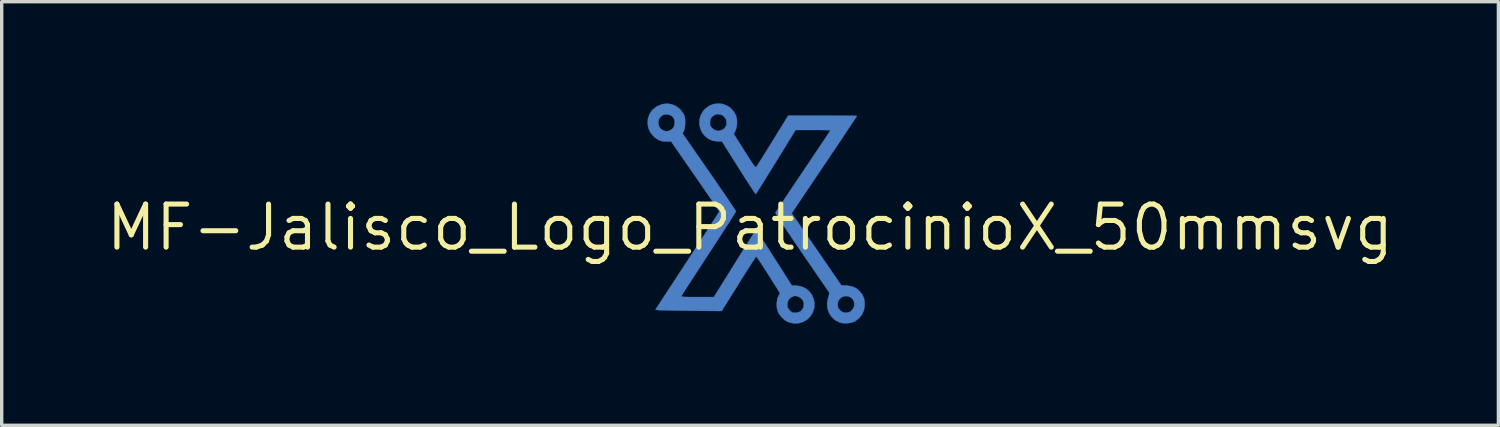
<source format=kicad_pcb>
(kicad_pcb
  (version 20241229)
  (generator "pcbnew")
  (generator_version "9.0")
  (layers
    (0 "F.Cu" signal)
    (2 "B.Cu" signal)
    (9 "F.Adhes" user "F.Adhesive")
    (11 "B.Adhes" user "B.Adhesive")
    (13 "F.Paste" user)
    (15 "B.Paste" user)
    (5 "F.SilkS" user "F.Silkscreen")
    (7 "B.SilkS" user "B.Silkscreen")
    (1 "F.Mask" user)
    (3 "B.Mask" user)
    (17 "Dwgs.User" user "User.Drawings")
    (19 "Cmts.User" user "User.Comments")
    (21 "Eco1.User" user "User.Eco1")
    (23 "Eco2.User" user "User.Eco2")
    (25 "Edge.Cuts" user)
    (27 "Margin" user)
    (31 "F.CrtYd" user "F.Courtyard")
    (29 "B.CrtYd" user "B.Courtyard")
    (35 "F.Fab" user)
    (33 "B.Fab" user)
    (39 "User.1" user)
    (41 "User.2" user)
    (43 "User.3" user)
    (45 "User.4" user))
  (footprint "MF-Jalisco_Logo_PatrocinioX_50mmsvg"
    (layer "F.Cu")
    (at 19.088 3.664)
    (property "Reference" "MF-Jalisco_Logo_PatrocinioX_50mmsvg" (at 0 0 0) (layer "F.SilkS") (effects (font (size 1.27 1.27) (thickness 0.15))))
    (attr through_hole)
    (fp_poly (pts (xy -2.304 -3.634) (xy -2.173 -3.575) (xy -2.058 -3.482) (xy -1.974 -3.369) (xy -1.943 -3.311) (xy -1.926 -3.257) (xy -1.917 -3.191) (xy -1.916 -3.101) (xy -1.92 -2.987) (xy -1.935 -2.903) (xy -1.954 -2.854) (xy -1.993 -2.776) (xy -1.205 -1.639) (xy -1.069 -1.443) (xy -0.941 -1.257) (xy -0.822 -1.084) (xy -0.714 -0.926) (xy -0.62 -0.788) (xy -0.541 -0.671) (xy -0.48 -0.579) (xy -0.438 -0.514) (xy -0.418 -0.481) (xy -0.416 -0.477) (xy -0.428 -0.455) (xy -0.46 -0.401) (xy -0.512 -0.317) (xy -0.582 -0.207) (xy -0.668 -0.074) (xy -0.767 0.081) (xy -0.879 0.253) (xy -1 0.44) (xy -1.13 0.639) (xy -1.213 0.766) (xy -1.347 0.971) (xy -1.475 1.167) (xy -1.593 1.349) (xy -1.702 1.516) (xy -1.797 1.664) (xy -1.879 1.79) (xy -1.944 1.891) (xy -1.991 1.965) (xy -2.018 2.008) (xy -2.023 2.018) (xy -2.024 2.03) (xy -2.015 2.038) (xy -1.99 2.044) (xy -1.944 2.049) (xy -1.874 2.051) (xy -1.773 2.053) (xy -1.638 2.053) (xy -1.552 2.053) (xy -1.068 2.053) (xy -0.471 1.095) (xy -0.357 0.912) (xy -0.249 0.739) (xy -0.149 0.579) (xy -0.06 0.436) (xy 0.017 0.314) (xy 0.079 0.216) (xy 0.123 0.145) (xy 0.149 0.106) (xy 0.154 0.099) (xy 0.162 0.092) (xy 0.174 0.095) (xy 0.191 0.108) (xy 0.216 0.137) (xy 0.25 0.182) (xy 0.296 0.248) (xy 0.355 0.337) (xy 0.429 0.451) (xy 0.521 0.594) (xy 0.632 0.768) (xy 0.708 0.887) (xy 1.234 1.714) (xy 1.352 1.715) (xy 1.5 1.735) (xy 1.632 1.792) (xy 1.743 1.88) (xy 1.829 1.994) (xy 1.883 2.131) (xy 1.899 2.223) (xy 1.894 2.371) (xy 1.852 2.506) (xy 1.779 2.623) (xy 1.682 2.718) (xy 1.564 2.788) (xy 1.432 2.827) (xy 1.29 2.833) (xy 1.15 2.802) (xy 1.039 2.744) (xy 0.937 2.656) (xy 0.855 2.551) (xy 0.826 2.495) (xy 0.792 2.371) (xy 0.788 2.287) (xy 1.101 2.287) (xy 1.107 2.35) (xy 1.132 2.4) (xy 1.175 2.45) (xy 1.223 2.493) (xy 1.262 2.514) (xy 1.313 2.517) (xy 1.359 2.514) (xy 1.435 2.501) (xy 1.487 2.475) (xy 1.528 2.437) (xy 1.576 2.355) (xy 1.589 2.262) (xy 1.568 2.172) (xy 1.542 2.128) (xy 1.483 2.073) (xy 1.41 2.035) (xy 1.338 2.019) (xy 1.305 2.022) (xy 1.204 2.064) (xy 1.139 2.128) (xy 1.106 2.217) (xy 1.101 2.287) (xy 0.788 2.287) (xy 0.786 2.236) (xy 0.806 2.105) (xy 0.839 2.021) (xy 0.883 1.936) (xy 0.542 1.398) (xy 0.456 1.264) (xy 0.377 1.141) (xy 0.307 1.035) (xy 0.25 0.95) (xy 0.209 0.891) (xy 0.186 0.862) (xy 0.183 0.859) (xy 0.168 0.876) (xy 0.134 0.926) (xy 0.082 1.004) (xy 0.014 1.107) (xy -0.066 1.232) (xy -0.157 1.376) (xy -0.256 1.533) (xy -0.336 1.662) (xy -0.838 2.466) (xy -1.754 2.458) (xy -1.949 2.456) (xy -2.133 2.453) (xy -2.301 2.45) (xy -2.448 2.447) (xy -2.569 2.444) (xy -2.66 2.441) (xy -2.716 2.438) (xy -2.731 2.436) (xy -2.792 2.424) (xy -1.851 0.985) (xy -1.706 0.762) (xy -1.567 0.55) (xy -1.437 0.35) (xy -1.317 0.166) (xy -1.21 -0.001) (xy -1.116 -0.146) (xy -1.037 -0.268) (xy -0.976 -0.364) (xy -0.934 -0.431) (xy -0.913 -0.466) (xy -0.91 -0.471) (xy -0.922 -0.491) (xy -0.956 -0.543) (xy -1.009 -0.623) (xy -1.081 -0.729) (xy -1.168 -0.857) (xy -1.269 -1.004) (xy -1.382 -1.168) (xy -1.503 -1.345) (xy -1.619 -1.512) (xy -2.328 -2.535) (xy -2.463 -2.536) (xy -2.593 -2.547) (xy -2.702 -2.584) (xy -2.804 -2.652) (xy -2.836 -2.679) (xy -2.935 -2.794) (xy -2.997 -2.923) (xy -3.021 -3.049) (xy -3.02 -3.089) (xy -2.71 -3.089) (xy -2.694 -3.002) (xy -2.649 -2.925) (xy -2.578 -2.872) (xy -2.503 -2.843) (xy -2.438 -2.841) (xy -2.364 -2.865) (xy -2.284 -2.919) (xy -2.237 -3) (xy -2.223 -3.095) (xy -2.238 -3.195) (xy -2.287 -3.269) (xy -2.35 -3.313) (xy -2.447 -3.342) (xy -2.545 -3.329) (xy -2.58 -3.314) (xy -2.653 -3.255) (xy -2.696 -3.177) (xy -2.71 -3.089) (xy -3.02 -3.089) (xy -3.016 -3.202) (xy -2.971 -3.341) (xy -2.89 -3.462) (xy -2.774 -3.56) (xy -2.733 -3.584) (xy -2.59 -3.64) (xy -2.445 -3.656) (xy -2.304 -3.634)) (stroke (width 0.01) (type solid)) (fill yes) (layer "B.Cu"))
    (fp_poly (pts (xy -0.813 -3.645) (xy -0.685 -3.599) (xy -0.57 -3.522) (xy -0.475 -3.415) (xy -0.413 -3.296) (xy -0.387 -3.183) (xy -0.385 -3.055) (xy -0.405 -2.931) (xy -0.437 -2.846) (xy -0.481 -2.762) (xy -0.164 -2.258) (xy -0.067 -2.106) (xy 0.009 -1.987) (xy 0.068 -1.899) (xy 0.112 -1.837) (xy 0.144 -1.799) (xy 0.165 -1.781) (xy 0.178 -1.78) (xy 0.179 -1.782) (xy 0.196 -1.805) (xy 0.232 -1.861) (xy 0.285 -1.945) (xy 0.353 -2.053) (xy 0.433 -2.181) (xy 0.523 -2.326) (xy 0.621 -2.483) (xy 0.665 -2.556) (xy 1.126 -3.302) (xy 2.14 -3.302) (xy 2.342 -3.302) (xy 2.532 -3.301) (xy 2.703 -3.3) (xy 2.853 -3.299) (xy 2.977 -3.297) (xy 3.071 -3.295) (xy 3.132 -3.293) (xy 3.154 -3.291) (xy 3.154 -3.291) (xy 3.142 -3.272) (xy 3.109 -3.221) (xy 3.055 -3.14) (xy 2.983 -3.032) (xy 2.895 -2.899) (xy 2.791 -2.744) (xy 2.675 -2.569) (xy 2.547 -2.378) (xy 2.409 -2.173) (xy 2.264 -1.957) (xy 2.191 -1.85) (xy 1.229 -0.419) (xy 1.363 -0.225) (xy 1.403 -0.169) (xy 1.463 -0.081) (xy 1.541 0.032) (xy 1.634 0.167) (xy 1.739 0.32) (xy 1.853 0.485) (xy 1.973 0.659) (xy 2.095 0.836) (xy 2.691 1.704) (xy 2.854 1.717) (xy 2.979 1.733) (xy 3.077 1.764) (xy 3.161 1.815) (xy 3.23 1.877) (xy 3.317 1.986) (xy 3.368 2.107) (xy 3.386 2.249) (xy 3.386 2.265) (xy 3.366 2.421) (xy 3.31 2.56) (xy 3.22 2.677) (xy 3.098 2.768) (xy 3.08 2.777) (xy 2.987 2.81) (xy 2.873 2.827) (xy 2.757 2.827) (xy 2.663 2.81) (xy 2.525 2.743) (xy 2.415 2.648) (xy 2.334 2.53) (xy 2.286 2.395) (xy 2.274 2.248) (xy 2.276 2.235) (xy 2.587 2.235) (xy 2.591 2.331) (xy 2.614 2.392) (xy 2.673 2.463) (xy 2.753 2.506) (xy 2.843 2.518) (xy 2.931 2.497) (xy 2.981 2.465) (xy 3.046 2.388) (xy 3.076 2.304) (xy 3.075 2.219) (xy 3.045 2.142) (xy 2.992 2.078) (xy 2.918 2.037) (xy 2.828 2.024) (xy 2.763 2.034) (xy 2.677 2.078) (xy 2.616 2.148) (xy 2.587 2.235) (xy 2.276 2.235) (xy 2.3 2.097) (xy 2.306 2.079) (xy 2.326 2.007) (xy 2.337 1.949) (xy 2.336 1.92) (xy 2.321 1.898) (xy 2.285 1.845) (xy 2.229 1.763) (xy 2.155 1.655) (xy 2.065 1.523) (xy 1.961 1.372) (xy 1.845 1.203) (xy 1.72 1.021) (xy 1.586 0.827) (xy 1.529 0.744) (xy 1.389 0.539) (xy 1.258 0.346) (xy 1.138 0.169) (xy 1.03 0.008) (xy 0.938 -0.132) (xy 0.862 -0.248) (xy 0.804 -0.339) (xy 0.766 -0.402) (xy 0.75 -0.433) (xy 0.749 -0.436) (xy 0.763 -0.458) (xy 0.798 -0.512) (xy 0.853 -0.596) (xy 0.926 -0.706) (xy 1.014 -0.839) (xy 1.117 -0.992) (xy 1.231 -1.163) (xy 1.356 -1.348) (xy 1.488 -1.545) (xy 1.566 -1.66) (xy 1.701 -1.862) (xy 1.83 -2.053) (xy 1.949 -2.231) (xy 2.058 -2.393) (xy 2.153 -2.536) (xy 2.234 -2.657) (xy 2.297 -2.754) (xy 2.342 -2.822) (xy 2.367 -2.86) (xy 2.371 -2.867) (xy 2.35 -2.87) (xy 2.294 -2.873) (xy 2.206 -2.875) (xy 2.093 -2.877) (xy 1.961 -2.878) (xy 1.857 -2.878) (xy 1.344 -2.877) (xy 0.763 -1.934) (xy 0.651 -1.753) (xy 0.546 -1.584) (xy 0.449 -1.428) (xy 0.364 -1.291) (xy 0.291 -1.175) (xy 0.233 -1.083) (xy 0.192 -1.019) (xy 0.171 -0.987) (xy 0.168 -0.984) (xy 0.155 -0.999) (xy 0.121 -1.047) (xy 0.07 -1.124) (xy 0.003 -1.226) (xy -0.077 -1.349) (xy -0.168 -1.49) (xy -0.266 -1.646) (xy -0.337 -1.758) (xy -0.829 -2.54) (xy -0.949 -2.54) (xy -1.094 -2.559) (xy -1.221 -2.611) (xy -1.326 -2.691) (xy -1.409 -2.793) (xy -1.466 -2.91) (xy -1.495 -3.038) (xy -1.495 -3.05) (xy -1.183 -3.05) (xy -1.171 -3.002) (xy -1.14 -2.956) (xy -1.133 -2.947) (xy -1.071 -2.893) (xy -0.997 -2.858) (xy -0.928 -2.849) (xy -0.91 -2.852) (xy -0.867 -2.866) (xy -0.821 -2.883) (xy -0.752 -2.929) (xy -0.706 -3.002) (xy -0.689 -3.088) (xy -0.704 -3.177) (xy -0.706 -3.182) (xy -0.761 -3.267) (xy -0.837 -3.322) (xy -0.925 -3.346) (xy -1.015 -3.336) (xy -1.099 -3.289) (xy -1.103 -3.285) (xy -1.148 -3.235) (xy -1.171 -3.178) (xy -1.18 -3.12) (xy -1.183 -3.05) (xy -1.495 -3.05) (xy -1.495 -3.17) (xy -1.461 -3.301) (xy -1.393 -3.425) (xy -1.334 -3.494) (xy -1.216 -3.585) (xy -1.085 -3.64) (xy -0.949 -3.659) (xy -0.813 -3.645)) (stroke (width 0.01) (type solid)) (fill yes) (layer "B.Cu"))
    (fp_poly (pts (xy -2.304 -3.634) (xy -2.173 -3.575) (xy -2.058 -3.482) (xy -1.974 -3.369) (xy -1.943 -3.311) (xy -1.926 -3.257) (xy -1.917 -3.191) (xy -1.916 -3.101) (xy -1.92 -2.987) (xy -1.935 -2.903) (xy -1.954 -2.854) (xy -1.993 -2.776) (xy -1.205 -1.639) (xy -1.069 -1.443) (xy -0.941 -1.257) (xy -0.822 -1.084) (xy -0.714 -0.926) (xy -0.62 -0.788) (xy -0.541 -0.671) (xy -0.48 -0.579) (xy -0.438 -0.514) (xy -0.418 -0.481) (xy -0.416 -0.477) (xy -0.428 -0.455) (xy -0.46 -0.401) (xy -0.512 -0.317) (xy -0.582 -0.207) (xy -0.668 -0.074) (xy -0.767 0.081) (xy -0.879 0.253) (xy -1 0.44) (xy -1.13 0.639) (xy -1.213 0.766) (xy -1.347 0.971) (xy -1.475 1.167) (xy -1.593 1.349) (xy -1.702 1.516) (xy -1.797 1.664) (xy -1.879 1.79) (xy -1.944 1.891) (xy -1.991 1.965) (xy -2.018 2.008) (xy -2.023 2.018) (xy -2.024 2.03) (xy -2.015 2.038) (xy -1.99 2.044) (xy -1.944 2.049) (xy -1.874 2.051) (xy -1.773 2.053) (xy -1.638 2.053) (xy -1.552 2.053) (xy -1.068 2.053) (xy -0.471 1.095) (xy -0.357 0.912) (xy -0.249 0.739) (xy -0.149 0.579) (xy -0.06 0.436) (xy 0.017 0.314) (xy 0.079 0.216) (xy 0.123 0.145) (xy 0.149 0.106) (xy 0.154 0.099) (xy 0.162 0.092) (xy 0.174 0.095) (xy 0.191 0.108) (xy 0.216 0.137) (xy 0.25 0.182) (xy 0.296 0.248) (xy 0.355 0.337) (xy 0.429 0.451) (xy 0.521 0.594) (xy 0.632 0.768) (xy 0.708 0.887) (xy 1.234 1.714) (xy 1.352 1.715) (xy 1.5 1.735) (xy 1.632 1.792) (xy 1.743 1.88) (xy 1.829 1.994) (xy 1.883 2.131) (xy 1.899 2.223) (xy 1.894 2.371) (xy 1.852 2.506) (xy 1.779 2.623) (xy 1.682 2.718) (xy 1.564 2.788) (xy 1.432 2.827) (xy 1.29 2.833) (xy 1.15 2.802) (xy 1.039 2.744) (xy 0.937 2.656) (xy 0.855 2.551) (xy 0.826 2.495) (xy 0.792 2.371) (xy 0.788 2.287) (xy 1.101 2.287) (xy 1.107 2.35) (xy 1.132 2.4) (xy 1.175 2.45) (xy 1.223 2.493) (xy 1.262 2.514) (xy 1.313 2.517) (xy 1.359 2.514) (xy 1.435 2.501) (xy 1.487 2.475) (xy 1.528 2.437) (xy 1.576 2.355) (xy 1.589 2.262) (xy 1.568 2.172) (xy 1.542 2.128) (xy 1.483 2.073) (xy 1.41 2.035) (xy 1.338 2.019) (xy 1.305 2.022) (xy 1.204 2.064) (xy 1.139 2.128) (xy 1.106 2.217) (xy 1.101 2.287) (xy 0.788 2.287) (xy 0.786 2.236) (xy 0.806 2.105) (xy 0.839 2.021) (xy 0.883 1.936) (xy 0.542 1.398) (xy 0.456 1.264) (xy 0.377 1.141) (xy 0.307 1.035) (xy 0.25 0.95) (xy 0.209 0.891) (xy 0.186 0.862) (xy 0.183 0.859) (xy 0.168 0.876) (xy 0.134 0.926) (xy 0.082 1.004) (xy 0.014 1.107) (xy -0.066 1.232) (xy -0.157 1.376) (xy -0.256 1.533) (xy -0.336 1.662) (xy -0.838 2.466) (xy -1.754 2.458) (xy -1.949 2.456) (xy -2.133 2.453) (xy -2.301 2.45) (xy -2.448 2.447) (xy -2.569 2.444) (xy -2.66 2.441) (xy -2.716 2.438) (xy -2.731 2.436) (xy -2.792 2.424) (xy -1.851 0.985) (xy -1.706 0.762) (xy -1.567 0.55) (xy -1.437 0.35) (xy -1.317 0.166) (xy -1.21 -0.001) (xy -1.116 -0.146) (xy -1.037 -0.268) (xy -0.976 -0.364) (xy -0.934 -0.431) (xy -0.913 -0.466) (xy -0.91 -0.471) (xy -0.922 -0.491) (xy -0.956 -0.543) (xy -1.009 -0.623) (xy -1.081 -0.729) (xy -1.168 -0.857) (xy -1.269 -1.004) (xy -1.382 -1.168) (xy -1.503 -1.345) (xy -1.619 -1.512) (xy -2.328 -2.535) (xy -2.463 -2.536) (xy -2.593 -2.547) (xy -2.702 -2.584) (xy -2.804 -2.652) (xy -2.836 -2.679) (xy -2.935 -2.794) (xy -2.997 -2.923) (xy -3.021 -3.049) (xy -3.02 -3.089) (xy -2.71 -3.089) (xy -2.694 -3.002) (xy -2.649 -2.925) (xy -2.578 -2.872) (xy -2.503 -2.843) (xy -2.438 -2.841) (xy -2.364 -2.865) (xy -2.284 -2.919) (xy -2.237 -3) (xy -2.223 -3.095) (xy -2.238 -3.195) (xy -2.287 -3.269) (xy -2.35 -3.313) (xy -2.447 -3.342) (xy -2.545 -3.329) (xy -2.58 -3.314) (xy -2.653 -3.255) (xy -2.696 -3.177) (xy -2.71 -3.089) (xy -3.02 -3.089) (xy -3.016 -3.202) (xy -2.971 -3.341) (xy -2.89 -3.462) (xy -2.774 -3.56) (xy -2.733 -3.584) (xy -2.59 -3.64) (xy -2.445 -3.656) (xy -2.304 -3.634)) (stroke (width 0.01) (type solid)) (fill yes) (layer "B.Mask"))
    (fp_poly (pts (xy -0.813 -3.645) (xy -0.685 -3.599) (xy -0.57 -3.522) (xy -0.475 -3.415) (xy -0.413 -3.296) (xy -0.387 -3.183) (xy -0.385 -3.055) (xy -0.405 -2.931) (xy -0.437 -2.846) (xy -0.481 -2.762) (xy -0.164 -2.258) (xy -0.067 -2.106) (xy 0.009 -1.987) (xy 0.068 -1.899) (xy 0.112 -1.837) (xy 0.144 -1.799) (xy 0.165 -1.781) (xy 0.178 -1.78) (xy 0.179 -1.782) (xy 0.196 -1.805) (xy 0.232 -1.861) (xy 0.285 -1.945) (xy 0.353 -2.053) (xy 0.433 -2.181) (xy 0.523 -2.326) (xy 0.621 -2.483) (xy 0.665 -2.556) (xy 1.126 -3.302) (xy 2.14 -3.302) (xy 2.342 -3.302) (xy 2.532 -3.301) (xy 2.703 -3.3) (xy 2.853 -3.299) (xy 2.977 -3.297) (xy 3.071 -3.295) (xy 3.132 -3.293) (xy 3.154 -3.291) (xy 3.154 -3.291) (xy 3.142 -3.272) (xy 3.109 -3.221) (xy 3.055 -3.14) (xy 2.983 -3.032) (xy 2.895 -2.899) (xy 2.791 -2.744) (xy 2.675 -2.569) (xy 2.547 -2.378) (xy 2.409 -2.173) (xy 2.264 -1.957) (xy 2.191 -1.85) (xy 1.229 -0.419) (xy 1.363 -0.225) (xy 1.403 -0.169) (xy 1.463 -0.081) (xy 1.541 0.032) (xy 1.634 0.167) (xy 1.739 0.32) (xy 1.853 0.485) (xy 1.973 0.659) (xy 2.095 0.836) (xy 2.691 1.704) (xy 2.854 1.717) (xy 2.979 1.733) (xy 3.077 1.764) (xy 3.161 1.815) (xy 3.23 1.877) (xy 3.317 1.986) (xy 3.368 2.107) (xy 3.386 2.249) (xy 3.386 2.265) (xy 3.366 2.421) (xy 3.31 2.56) (xy 3.22 2.677) (xy 3.098 2.768) (xy 3.08 2.777) (xy 2.987 2.81) (xy 2.873 2.827) (xy 2.757 2.827) (xy 2.663 2.81) (xy 2.525 2.743) (xy 2.415 2.648) (xy 2.334 2.53) (xy 2.286 2.395) (xy 2.274 2.248) (xy 2.276 2.235) (xy 2.587 2.235) (xy 2.591 2.331) (xy 2.614 2.392) (xy 2.673 2.463) (xy 2.753 2.506) (xy 2.843 2.518) (xy 2.931 2.497) (xy 2.981 2.465) (xy 3.046 2.388) (xy 3.076 2.304) (xy 3.075 2.219) (xy 3.045 2.142) (xy 2.992 2.078) (xy 2.918 2.037) (xy 2.828 2.024) (xy 2.763 2.034) (xy 2.677 2.078) (xy 2.616 2.148) (xy 2.587 2.235) (xy 2.276 2.235) (xy 2.3 2.097) (xy 2.306 2.079) (xy 2.326 2.007) (xy 2.337 1.949) (xy 2.336 1.92) (xy 2.321 1.898) (xy 2.285 1.845) (xy 2.229 1.763) (xy 2.155 1.655) (xy 2.065 1.523) (xy 1.961 1.372) (xy 1.845 1.203) (xy 1.72 1.021) (xy 1.586 0.827) (xy 1.529 0.744) (xy 1.389 0.539) (xy 1.258 0.346) (xy 1.138 0.169) (xy 1.03 0.008) (xy 0.938 -0.132) (xy 0.862 -0.248) (xy 0.804 -0.339) (xy 0.766 -0.402) (xy 0.75 -0.433) (xy 0.749 -0.436) (xy 0.763 -0.458) (xy 0.798 -0.512) (xy 0.853 -0.596) (xy 0.926 -0.706) (xy 1.014 -0.839) (xy 1.117 -0.992) (xy 1.231 -1.163) (xy 1.356 -1.348) (xy 1.488 -1.545) (xy 1.566 -1.66) (xy 1.701 -1.862) (xy 1.83 -2.053) (xy 1.949 -2.231) (xy 2.058 -2.393) (xy 2.153 -2.536) (xy 2.234 -2.657) (xy 2.297 -2.754) (xy 2.342 -2.822) (xy 2.367 -2.86) (xy 2.371 -2.867) (xy 2.35 -2.87) (xy 2.294 -2.873) (xy 2.206 -2.875) (xy 2.093 -2.877) (xy 1.961 -2.878) (xy 1.857 -2.878) (xy 1.344 -2.877) (xy 0.763 -1.934) (xy 0.651 -1.753) (xy 0.546 -1.584) (xy 0.449 -1.428) (xy 0.364 -1.291) (xy 0.291 -1.175) (xy 0.233 -1.083) (xy 0.192 -1.019) (xy 0.171 -0.987) (xy 0.168 -0.984) (xy 0.155 -0.999) (xy 0.121 -1.047) (xy 0.07 -1.124) (xy 0.003 -1.226) (xy -0.077 -1.349) (xy -0.168 -1.49) (xy -0.266 -1.646) (xy -0.337 -1.758) (xy -0.829 -2.54) (xy -0.949 -2.54) (xy -1.094 -2.559) (xy -1.221 -2.611) (xy -1.326 -2.691) (xy -1.409 -2.793) (xy -1.466 -2.91) (xy -1.495 -3.038) (xy -1.495 -3.05) (xy -1.183 -3.05) (xy -1.171 -3.002) (xy -1.14 -2.956) (xy -1.133 -2.947) (xy -1.071 -2.893) (xy -0.997 -2.858) (xy -0.928 -2.849) (xy -0.91 -2.852) (xy -0.867 -2.866) (xy -0.821 -2.883) (xy -0.752 -2.929) (xy -0.706 -3.002) (xy -0.689 -3.088) (xy -0.704 -3.177) (xy -0.706 -3.182) (xy -0.761 -3.267) (xy -0.837 -3.322) (xy -0.925 -3.346) (xy -1.015 -3.336) (xy -1.099 -3.289) (xy -1.103 -3.285) (xy -1.148 -3.235) (xy -1.171 -3.178) (xy -1.18 -3.12) (xy -1.183 -3.05) (xy -1.495 -3.05) (xy -1.495 -3.17) (xy -1.461 -3.301) (xy -1.393 -3.425) (xy -1.334 -3.494) (xy -1.216 -3.585) (xy -1.085 -3.64) (xy -0.949 -3.659) (xy -0.813 -3.645)) (stroke (width 0.01) (type solid)) (fill yes) (layer "B.Mask")))
  (gr_rect
    (start -3 -3)
    (end 41.175 9.502)
    (stroke (width 0.1) (type default))
    (fill no)
    (layer "Edge.Cuts")))
</source>
